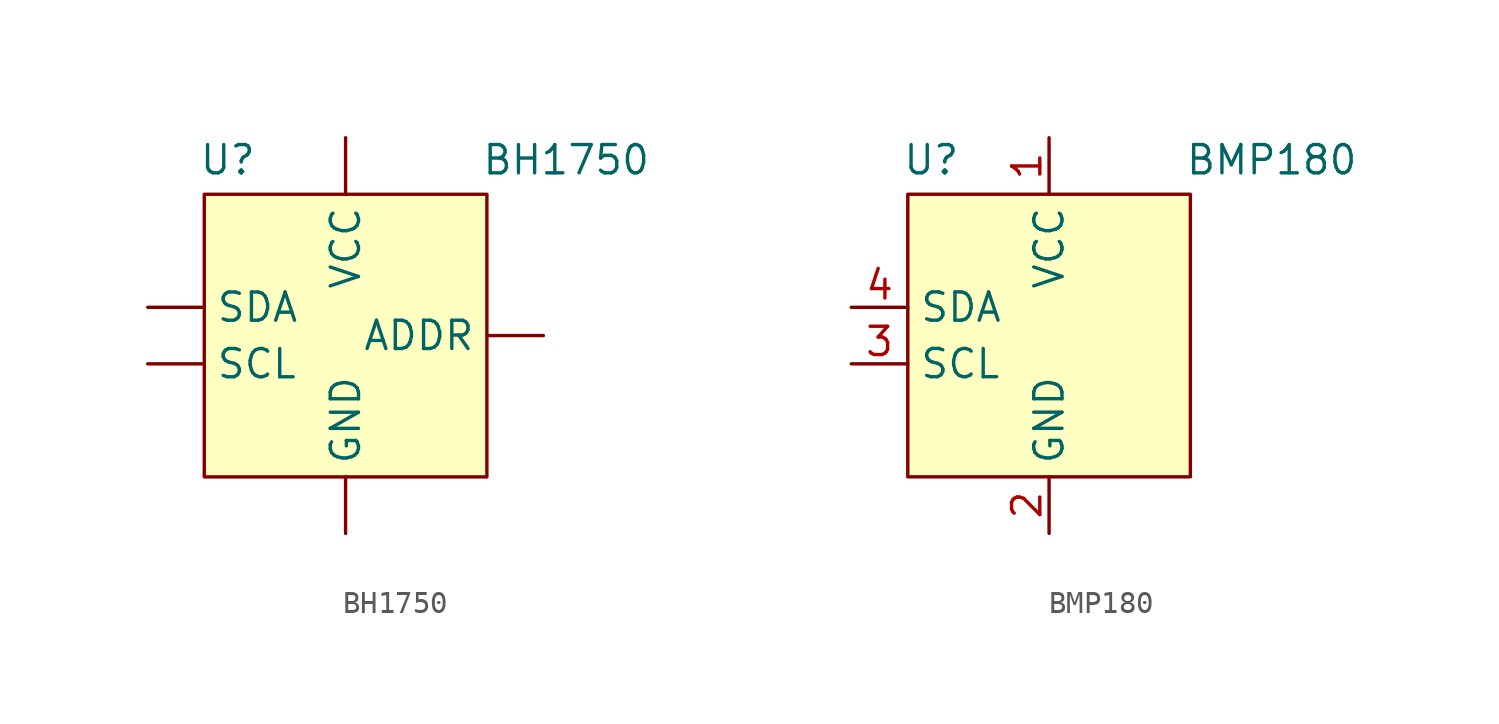
<source format=kicad_sym>
(kicad_symbol_lib
  (version 20231120)
  (generator "kicad_symbol_editor")
  (generator_version "8.0")
  (symbol "BH1750"
    (property "Reference" "U"
      (at -6.604 8.636 0)
      (effects (font (size 1.27 1.27)) (justify left top)))
    (property "Value" "BH1750"
      (at 6.096 8.636 0)
      (effects (font (size 1.27 1.27)) (justify left top)))
    (symbol "BH1750_1_1"
      (rectangle (start -6.35 6.35) (end 6.35 -6.35) (stroke (width 0) (type default)) (fill (type background)))
      (pin power_in line (at 8.89 0 180) (length 2.54) (name "ADDR" (effects (font (size 1.27 1.27)))) (number "" (effects (font (size 1.27 1.27)))))
      (pin power_in line (at 0 -8.89 90) (length 2.54) (name "GND" (effects (font (size 1.27 1.27)))) (number "" (effects (font (size 1.27 1.27)))))
      (pin input line (at -8.89 -1.27 0) (length 2.54) (name "SCL" (effects (font (size 1.27 1.27)))) (number "" (effects (font (size 1.27 1.27)))))
      (pin input line (at -8.89 1.27 0) (length 2.54) (name "SDA" (effects (font (size 1.27 1.27)))) (number "" (effects (font (size 1.27 1.27)))))
      (pin power_in line (at 0 8.89 270) (length 2.54) (name "VCC" (effects (font (size 1.27 1.27)))) (number "" (effects (font (size 1.27 1.27)))))))
  (symbol "BMP180"
    (property "Reference" "U"
      (at -6.604 8.636 0)
      (effects (font (size 1.27 1.27)) (justify left top)))
    (property "Value" "BMP180"
      (at 6.096 8.636 0)
      (effects (font (size 1.27 1.27)) (justify left top)))
    (symbol "BMP180_1_1"
      (rectangle (start -6.35 6.35) (end 6.35 -6.35) (stroke (width 0) (type default)) (fill (type background)))
      (pin power_in line (at 0 8.89 270) (length 2.54) (name "VCC" (effects (font (size 1.27 1.27)))) (number "1" (effects (font (size 1.27 1.27)))))
      (pin power_in line (at 0 -8.89 90) (length 2.54) (name "GND" (effects (font (size 1.27 1.27)))) (number "2" (effects (font (size 1.27 1.27)))))
      (pin input line (at -8.89 -1.27 0) (length 2.54) (name "SCL" (effects (font (size 1.27 1.27)))) (number "3" (effects (font (size 1.27 1.27)))))
      (pin input line (at -8.89 1.27 0) (length 2.54) (name "SDA" (effects (font (size 1.27 1.27)))) (number "4" (effects (font (size 1.27 1.27))))))))
</source>
